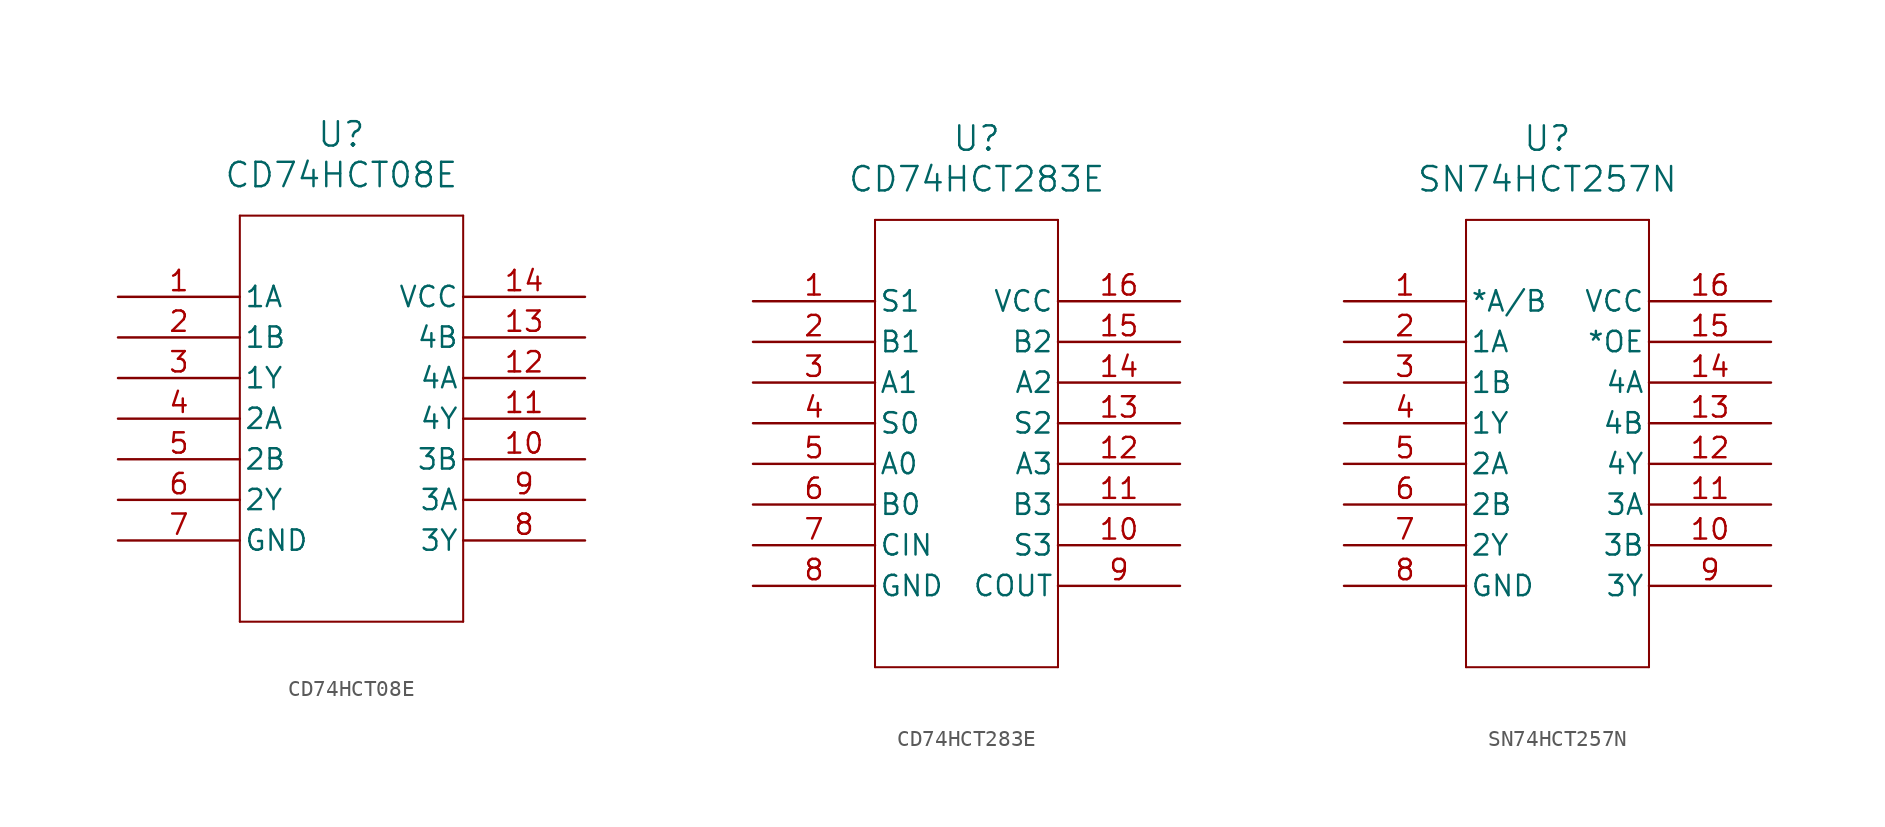
<source format=kicad_sym>
(kicad_symbol_lib
  (version 20231120)
  (generator "kicad_symbol_editor")
  (generator_version "8.0")
  (symbol "CD74HCT08E"
    (pin_names
      (offset 0.254))
    (property "Reference" "U"
      (at 27.94 10.16 0)
      (effects (font (size 1.524 1.524))))
    (property "Value" "CD74HCT08E"
      (at 27.94 7.62 0)
      (effects (font (size 1.524 1.524))))
    (property "ki_locked" ""
      (at 0 0 0)
      (effects (font (size 1.27 1.27))))
    (symbol "CD74HCT08E_0_1"
      (polyline (pts (xy 21.59 -20.32) (xy 35.56 -20.32)) (stroke (width 0.127) (type default)) (fill (type none)))
      (polyline (pts (xy 21.59 5.08) (xy 21.59 -20.32)) (stroke (width 0.127) (type default)) (fill (type none)))
      (polyline (pts (xy 35.56 -20.32) (xy 35.56 5.08)) (stroke (width 0.127) (type default)) (fill (type none)))
      (polyline (pts (xy 35.56 5.08) (xy 21.59 5.08)) (stroke (width 0.127) (type default)) (fill (type none)))
      (pin input line (at 13.97 0 0) (length 7.62) (name "1A" (effects (font (size 1.27 1.27)))) (number "1" (effects (font (size 1.27 1.27)))))
      (pin input line (at 43.18 -10.16 180) (length 7.62) (name "3B" (effects (font (size 1.27 1.27)))) (number "10" (effects (font (size 1.27 1.27)))))
      (pin output line (at 43.18 -7.62 180) (length 7.62) (name "4Y" (effects (font (size 1.27 1.27)))) (number "11" (effects (font (size 1.27 1.27)))))
      (pin input line (at 43.18 -5.08 180) (length 7.62) (name "4A" (effects (font (size 1.27 1.27)))) (number "12" (effects (font (size 1.27 1.27)))))
      (pin input line (at 43.18 -2.54 180) (length 7.62) (name "4B" (effects (font (size 1.27 1.27)))) (number "13" (effects (font (size 1.27 1.27)))))
      (pin power_in line (at 43.18 0 180) (length 7.62) (name "VCC" (effects (font (size 1.27 1.27)))) (number "14" (effects (font (size 1.27 1.27)))))
      (pin input line (at 13.97 -2.54 0) (length 7.62) (name "1B" (effects (font (size 1.27 1.27)))) (number "2" (effects (font (size 1.27 1.27)))))
      (pin output line (at 13.97 -5.08 0) (length 7.62) (name "1Y" (effects (font (size 1.27 1.27)))) (number "3" (effects (font (size 1.27 1.27)))))
      (pin input line (at 13.97 -7.62 0) (length 7.62) (name "2A" (effects (font (size 1.27 1.27)))) (number "4" (effects (font (size 1.27 1.27)))))
      (pin input line (at 13.97 -10.16 0) (length 7.62) (name "2B" (effects (font (size 1.27 1.27)))) (number "5" (effects (font (size 1.27 1.27)))))
      (pin output line (at 13.97 -12.7 0) (length 7.62) (name "2Y" (effects (font (size 1.27 1.27)))) (number "6" (effects (font (size 1.27 1.27)))))
      (pin power_in line (at 13.97 -15.24 0) (length 7.62) (name "GND" (effects (font (size 1.27 1.27)))) (number "7" (effects (font (size 1.27 1.27)))))
      (pin output line (at 43.18 -15.24 180) (length 7.62) (name "3Y" (effects (font (size 1.27 1.27)))) (number "8" (effects (font (size 1.27 1.27)))))
      (pin input line (at 43.18 -12.7 180) (length 7.62) (name "3A" (effects (font (size 1.27 1.27)))) (number "9" (effects (font (size 1.27 1.27)))))))
  (symbol "CD74HCT283E"
    (pin_names
      (offset 0.254))
    (property "Reference" "U"
      (at 27.94 10.16 0)
      (effects (font (size 1.524 1.524))))
    (property "Value" "CD74HCT283E"
      (at 27.94 7.62 0)
      (effects (font (size 1.524 1.524))))
    (property "ki_locked" ""
      (at 0 0 0)
      (effects (font (size 1.27 1.27))))
    (symbol "CD74HCT283E_0_1"
      (polyline (pts (xy 21.59 -22.86) (xy 33.02 -22.86)) (stroke (width 0.127) (type default)) (fill (type none)))
      (polyline (pts (xy 21.59 5.08) (xy 21.59 -22.86)) (stroke (width 0.127) (type default)) (fill (type none)))
      (polyline (pts (xy 33.02 -22.86) (xy 33.02 5.08)) (stroke (width 0.127) (type default)) (fill (type none)))
      (polyline (pts (xy 33.02 5.08) (xy 21.59 5.08)) (stroke (width 0.127) (type default)) (fill (type none)))
      (pin output line (at 13.97 0 0) (length 7.62) (name "S1" (effects (font (size 1.27 1.27)))) (number "1" (effects (font (size 1.27 1.27)))))
      (pin output line (at 40.64 -15.24 180) (length 7.62) (name "S3" (effects (font (size 1.27 1.27)))) (number "10" (effects (font (size 1.27 1.27)))))
      (pin input line (at 40.64 -12.7 180) (length 7.62) (name "B3" (effects (font (size 1.27 1.27)))) (number "11" (effects (font (size 1.27 1.27)))))
      (pin input line (at 40.64 -10.16 180) (length 7.62) (name "A3" (effects (font (size 1.27 1.27)))) (number "12" (effects (font (size 1.27 1.27)))))
      (pin output line (at 40.64 -7.62 180) (length 7.62) (name "S2" (effects (font (size 1.27 1.27)))) (number "13" (effects (font (size 1.27 1.27)))))
      (pin input line (at 40.64 -5.08 180) (length 7.62) (name "A2" (effects (font (size 1.27 1.27)))) (number "14" (effects (font (size 1.27 1.27)))))
      (pin input line (at 40.64 -2.54 180) (length 7.62) (name "B2" (effects (font (size 1.27 1.27)))) (number "15" (effects (font (size 1.27 1.27)))))
      (pin power_in line (at 40.64 0 180) (length 7.62) (name "VCC" (effects (font (size 1.27 1.27)))) (number "16" (effects (font (size 1.27 1.27)))))
      (pin input line (at 13.97 -2.54 0) (length 7.62) (name "B1" (effects (font (size 1.27 1.27)))) (number "2" (effects (font (size 1.27 1.27)))))
      (pin input line (at 13.97 -5.08 0) (length 7.62) (name "A1" (effects (font (size 1.27 1.27)))) (number "3" (effects (font (size 1.27 1.27)))))
      (pin output line (at 13.97 -7.62 0) (length 7.62) (name "S0" (effects (font (size 1.27 1.27)))) (number "4" (effects (font (size 1.27 1.27)))))
      (pin input line (at 13.97 -10.16 0) (length 7.62) (name "A0" (effects (font (size 1.27 1.27)))) (number "5" (effects (font (size 1.27 1.27)))))
      (pin input line (at 13.97 -12.7 0) (length 7.62) (name "B0" (effects (font (size 1.27 1.27)))) (number "6" (effects (font (size 1.27 1.27)))))
      (pin input line (at 13.97 -15.24 0) (length 7.62) (name "CIN" (effects (font (size 1.27 1.27)))) (number "7" (effects (font (size 1.27 1.27)))))
      (pin power_in line (at 13.97 -17.78 0) (length 7.62) (name "GND" (effects (font (size 1.27 1.27)))) (number "8" (effects (font (size 1.27 1.27)))))
      (pin output line (at 40.64 -17.78 180) (length 7.62) (name "COUT" (effects (font (size 1.27 1.27)))) (number "9" (effects (font (size 1.27 1.27)))))))
  (symbol "SN74HCT257N"
    (pin_names
      (offset 0.254))
    (property "Reference" "U"
      (at 27.94 10.16 0)
      (effects (font (size 1.524 1.524))))
    (property "Value" "SN74HCT257N"
      (at 27.94 7.62 0)
      (effects (font (size 1.524 1.524))))
    (property "ki_locked" ""
      (at 0 0 0)
      (effects (font (size 1.27 1.27))))
    (symbol "SN74HCT257N_0_1"
      (polyline (pts (xy 22.86 -22.86) (xy 34.29 -22.86)) (stroke (width 0.127) (type default)) (fill (type none)))
      (polyline (pts (xy 22.86 5.08) (xy 22.86 -22.86)) (stroke (width 0.127) (type default)) (fill (type none)))
      (polyline (pts (xy 34.29 -22.86) (xy 34.29 5.08)) (stroke (width 0.127) (type default)) (fill (type none)))
      (polyline (pts (xy 34.29 5.08) (xy 22.86 5.08)) (stroke (width 0.127) (type default)) (fill (type none)))
      (pin input line (at 15.24 0 0) (length 7.62) (name "*A/B" (effects (font (size 1.27 1.27)))) (number "1" (effects (font (size 1.27 1.27)))))
      (pin input line (at 41.91 -15.24 180) (length 7.62) (name "3B" (effects (font (size 1.27 1.27)))) (number "10" (effects (font (size 1.27 1.27)))))
      (pin input line (at 41.91 -12.7 180) (length 7.62) (name "3A" (effects (font (size 1.27 1.27)))) (number "11" (effects (font (size 1.27 1.27)))))
      (pin output line (at 41.91 -10.16 180) (length 7.62) (name "4Y" (effects (font (size 1.27 1.27)))) (number "12" (effects (font (size 1.27 1.27)))))
      (pin input line (at 41.91 -7.62 180) (length 7.62) (name "4B" (effects (font (size 1.27 1.27)))) (number "13" (effects (font (size 1.27 1.27)))))
      (pin input line (at 41.91 -5.08 180) (length 7.62) (name "4A" (effects (font (size 1.27 1.27)))) (number "14" (effects (font (size 1.27 1.27)))))
      (pin input line (at 41.91 -2.54 180) (length 7.62) (name "*OE" (effects (font (size 1.27 1.27)))) (number "15" (effects (font (size 1.27 1.27)))))
      (pin power_in line (at 41.91 0 180) (length 7.62) (name "VCC" (effects (font (size 1.27 1.27)))) (number "16" (effects (font (size 1.27 1.27)))))
      (pin input line (at 15.24 -2.54 0) (length 7.62) (name "1A" (effects (font (size 1.27 1.27)))) (number "2" (effects (font (size 1.27 1.27)))))
      (pin input line (at 15.24 -5.08 0) (length 7.62) (name "1B" (effects (font (size 1.27 1.27)))) (number "3" (effects (font (size 1.27 1.27)))))
      (pin output line (at 15.24 -7.62 0) (length 7.62) (name "1Y" (effects (font (size 1.27 1.27)))) (number "4" (effects (font (size 1.27 1.27)))))
      (pin input line (at 15.24 -10.16 0) (length 7.62) (name "2A" (effects (font (size 1.27 1.27)))) (number "5" (effects (font (size 1.27 1.27)))))
      (pin input line (at 15.24 -12.7 0) (length 7.62) (name "2B" (effects (font (size 1.27 1.27)))) (number "6" (effects (font (size 1.27 1.27)))))
      (pin output line (at 15.24 -15.24 0) (length 7.62) (name "2Y" (effects (font (size 1.27 1.27)))) (number "7" (effects (font (size 1.27 1.27)))))
      (pin power_in line (at 15.24 -17.78 0) (length 7.62) (name "GND" (effects (font (size 1.27 1.27)))) (number "8" (effects (font (size 1.27 1.27)))))
      (pin output line (at 41.91 -17.78 180) (length 7.62) (name "3Y" (effects (font (size 1.27 1.27)))) (number "9" (effects (font (size 1.27 1.27))))))))
</source>
